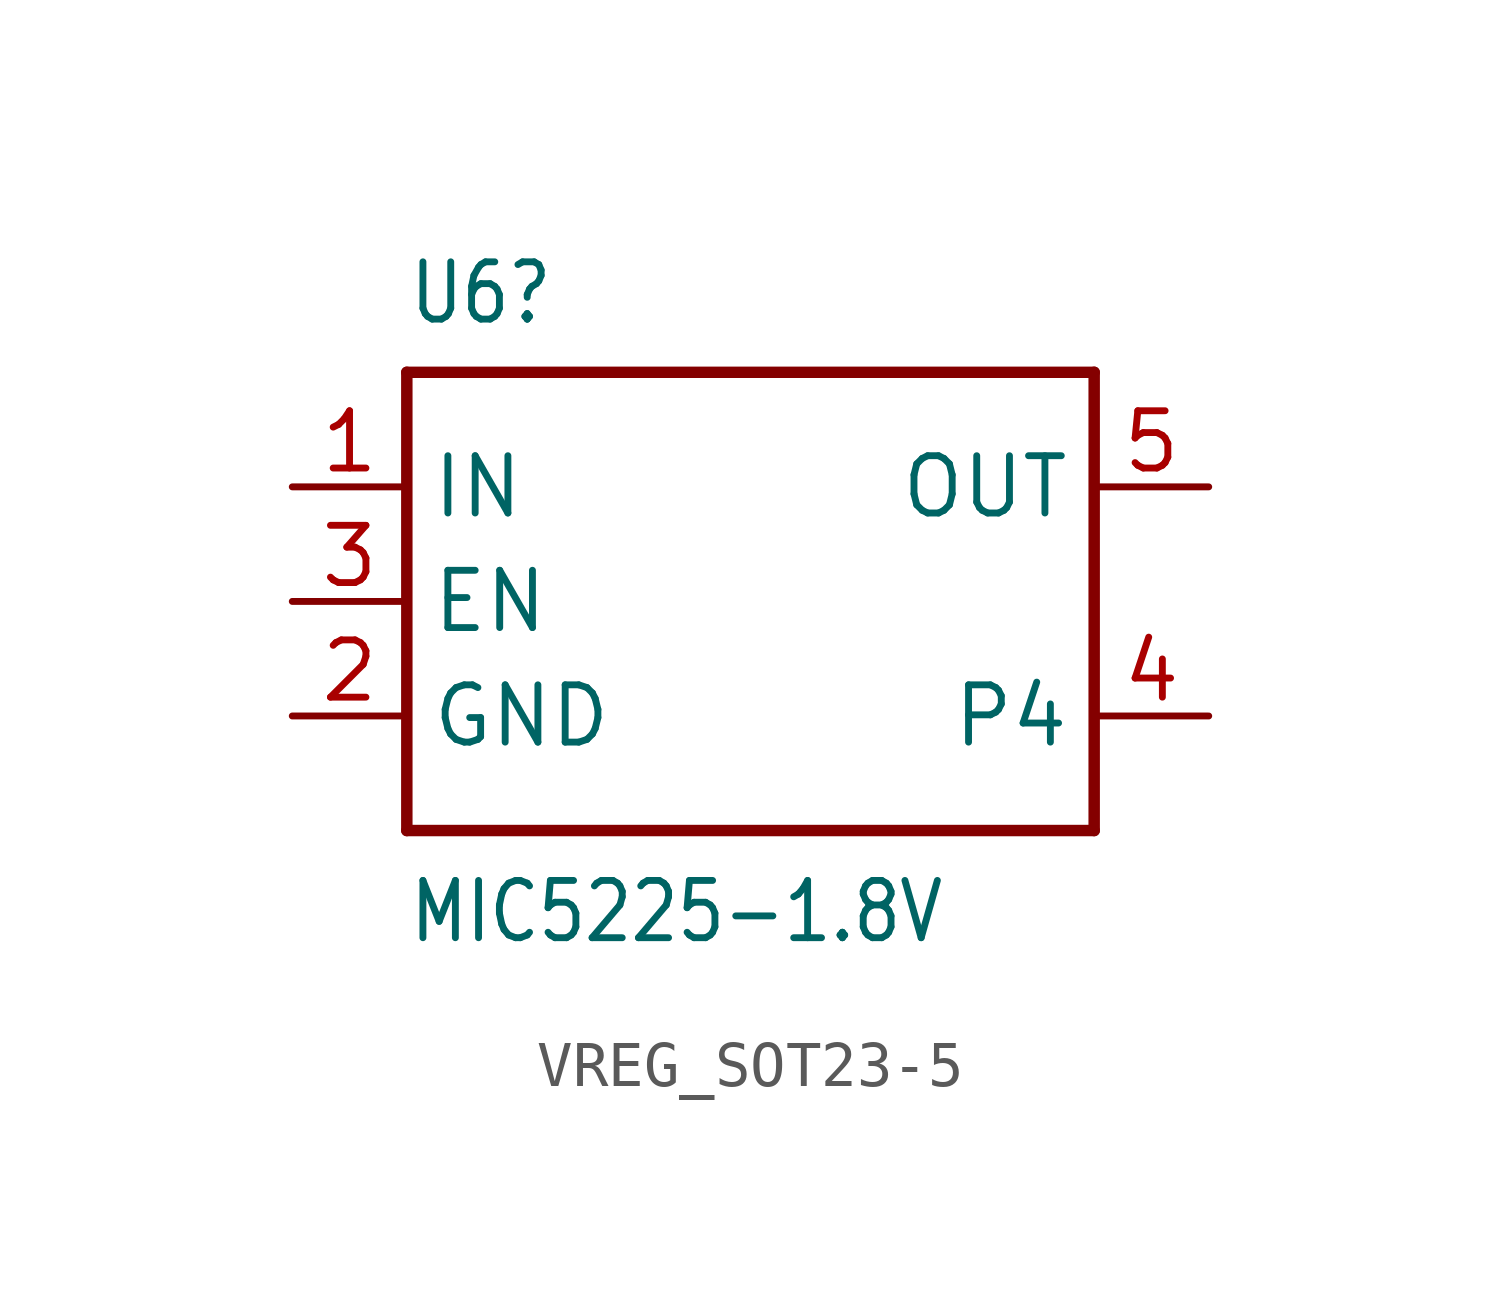
<source format=kicad_sym>
(kicad_symbol_lib
  (version 20220914)
  (generator kicad_symbol_editor)
  (symbol "VREG_SOT23-5"
    (property "Reference" "U6"
      (at -7.62 6.096 0)
      (effects (font (size 1.27 1.079)) (justify left bottom)))
    (property "Value" "MIC5225-1.8V"
      (at -7.62 -7.62 0)
      (effects (font (size 1.27 1.079)) (justify left bottom)))
    (property "ki_locked" ""
      (at 0 0 0)
      (effects (font (size 1.27 1.27))))
    (symbol "VREG_SOT23-5_1_0"
      (polyline (pts (xy -7.62 -5.08) (xy -7.62 5.08)) (stroke (width 0.254) (type solid)) (fill (type none)))
      (polyline (pts (xy -7.62 5.08) (xy 7.62 5.08)) (stroke (width 0.254) (type solid)) (fill (type none)))
      (polyline (pts (xy 7.62 -5.08) (xy -7.62 -5.08)) (stroke (width 0.254) (type solid)) (fill (type none)))
      (polyline (pts (xy 7.62 5.08) (xy 7.62 -5.08)) (stroke (width 0.254) (type solid)) (fill (type none)))
      (pin power_in line (at -10.16 2.54 0) (length 2.54) (name "IN" (effects (font (size 1.27 1.27)))) (number "1" (effects (font (size 1.27 1.27)))))
      (pin power_in line (at -10.16 -2.54 0) (length 2.54) (name "GND" (effects (font (size 1.27 1.27)))) (number "2" (effects (font (size 1.27 1.27)))))
      (pin input line (at -10.16 0 0) (length 2.54) (name "EN" (effects (font (size 1.27 1.27)))) (number "3" (effects (font (size 1.27 1.27)))))
      (pin bidirectional line (at 10.16 -2.54 180) (length 2.54) (name "P4" (effects (font (size 1.27 1.27)))) (number "4" (effects (font (size 1.27 1.27)))))
      (pin power_in line (at 10.16 2.54 180) (length 2.54) (name "OUT" (effects (font (size 1.27 1.27)))) (number "5" (effects (font (size 1.27 1.27))))))))
</source>
